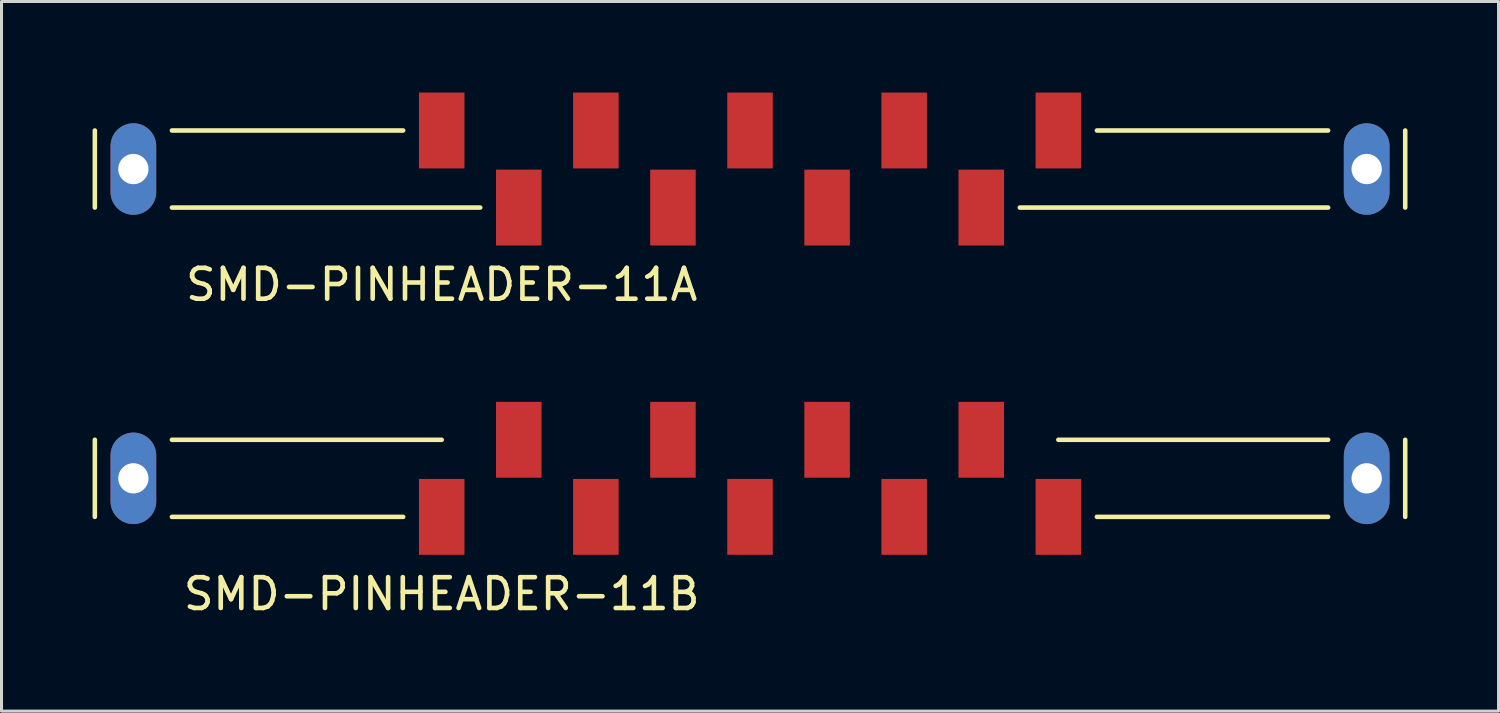
<source format=kicad_pcb>
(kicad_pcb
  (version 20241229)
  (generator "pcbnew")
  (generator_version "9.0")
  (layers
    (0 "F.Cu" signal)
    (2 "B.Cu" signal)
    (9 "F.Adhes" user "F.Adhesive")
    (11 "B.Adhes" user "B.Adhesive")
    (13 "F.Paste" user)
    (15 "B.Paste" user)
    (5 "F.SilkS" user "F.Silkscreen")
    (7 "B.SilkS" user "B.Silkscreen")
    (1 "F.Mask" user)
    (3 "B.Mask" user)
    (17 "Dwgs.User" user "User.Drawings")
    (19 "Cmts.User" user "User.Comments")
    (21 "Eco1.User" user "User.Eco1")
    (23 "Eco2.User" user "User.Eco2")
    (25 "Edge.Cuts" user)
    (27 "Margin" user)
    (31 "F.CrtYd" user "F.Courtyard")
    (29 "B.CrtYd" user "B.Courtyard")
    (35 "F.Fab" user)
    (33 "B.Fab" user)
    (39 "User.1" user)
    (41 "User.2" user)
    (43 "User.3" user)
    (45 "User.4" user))
  (footprint "SMD-PINHEADER-11A"
    (layer "F.Cu")
    (at 1.345 2.52)
    (property "Reference" "SMD-PINHEADER-11A" (at 10.16 3.81 0) (layer "F.SilkS") (effects (font (size 1.016 1.016) (thickness 0.152))))
    (attr exclude_from_pos_files exclude_from_bom)
    (fp_line (start -1.27 -1.27) (end -1.27 1.27) (stroke (width 0.15) (type solid)) (layer "F.SilkS"))
    (fp_line (start 1.27 -1.27) (end 8.89 -1.27) (stroke (width 0.15) (type solid)) (layer "F.SilkS"))
    (fp_line (start 11.43 1.27) (end 1.27 1.27) (stroke (width 0.15) (type solid)) (layer "F.SilkS"))
    (fp_line (start 31.75 -1.27) (end 39.37 -1.27) (stroke (width 0.15) (type solid)) (layer "F.SilkS"))
    (fp_line (start 39.37 1.27) (end 29.21 1.27) (stroke (width 0.15) (type solid)) (layer "F.SilkS"))
    (fp_line (start 41.91 -1.27) (end 41.91 1.27) (stroke (width 0.15) (type solid)) (layer "F.SilkS"))
    (pad "1" thru_hole oval (at 0 0) (size 1.506 3.015) (drill 0.998) (layers "*.Cu" "*.Mask"))
    (pad "2" smd rect (at 10.16 -1.27) (size 1.5 2.5) (layers "F.Cu" "F.Mask" "F.Paste"))
    (pad "3" smd rect (at 12.7 1.27) (size 1.5 2.5) (layers "F.Cu" "F.Mask" "F.Paste"))
    (pad "4" smd rect (at 15.24 -1.27) (size 1.5 2.5) (layers "F.Cu" "F.Mask" "F.Paste"))
    (pad "5" smd rect (at 17.78 1.27) (size 1.5 2.5) (layers "F.Cu" "F.Mask" "F.Paste"))
    (pad "6" smd rect (at 20.32 -1.27) (size 1.5 2.5) (layers "F.Cu" "F.Mask" "F.Paste"))
    (pad "7" smd rect (at 22.86 1.27) (size 1.5 2.5) (layers "F.Cu" "F.Mask" "F.Paste"))
    (pad "8" smd rect (at 25.4 -1.27) (size 1.5 2.5) (layers "F.Cu" "F.Mask" "F.Paste"))
    (pad "9" smd rect (at 27.94 1.27) (size 1.5 2.5) (layers "F.Cu" "F.Mask" "F.Paste"))
    (pad "10" smd rect (at 30.48 -1.27) (size 1.5 2.5) (layers "F.Cu" "F.Mask" "F.Paste"))
    (pad "11" thru_hole oval (at 40.64 0) (size 1.506 3.015) (drill 0.998) (layers "*.Cu" "*.Mask")))
  (footprint "SMD-PINHEADER-11B"
    (layer "F.Cu")
    (at 1.345 12.712)
    (property "Reference" "SMD-PINHEADER-11B" (at 10.16 3.81 0) (layer "F.SilkS") (effects (font (size 1.016 1.016) (thickness 0.152))))
    (attr exclude_from_pos_files exclude_from_bom)
    (fp_line (start -1.27 -1.27) (end -1.27 1.27) (stroke (width 0.15) (type solid)) (layer "F.SilkS"))
    (fp_line (start 1.27 -1.27) (end 10.16 -1.27) (stroke (width 0.15) (type solid)) (layer "F.SilkS"))
    (fp_line (start 8.89 1.27) (end 1.27 1.27) (stroke (width 0.15) (type solid)) (layer "F.SilkS"))
    (fp_line (start 30.48 -1.27) (end 39.37 -1.27) (stroke (width 0.15) (type solid)) (layer "F.SilkS"))
    (fp_line (start 39.37 1.27) (end 31.75 1.27) (stroke (width 0.15) (type solid)) (layer "F.SilkS"))
    (fp_line (start 41.91 -1.27) (end 41.91 1.27) (stroke (width 0.15) (type solid)) (layer "F.SilkS"))
    (pad "1" thru_hole oval (at 0 0) (size 1.506 3.015) (drill 0.998) (layers "*.Cu" "*.Mask"))
    (pad "2" smd rect (at 10.16 1.27) (size 1.5 2.5) (layers "F.Cu" "F.Mask" "F.Paste"))
    (pad "3" smd rect (at 12.7 -1.27) (size 1.5 2.5) (layers "F.Cu" "F.Mask" "F.Paste"))
    (pad "4" smd rect (at 15.24 1.27) (size 1.5 2.5) (layers "F.Cu" "F.Mask" "F.Paste"))
    (pad "5" smd rect (at 17.78 -1.27) (size 1.5 2.5) (layers "F.Cu" "F.Mask" "F.Paste"))
    (pad "6" smd rect (at 20.32 1.27) (size 1.5 2.5) (layers "F.Cu" "F.Mask" "F.Paste"))
    (pad "7" smd rect (at 22.86 -1.27) (size 1.5 2.5) (layers "F.Cu" "F.Mask" "F.Paste"))
    (pad "8" smd rect (at 25.4 1.27) (size 1.5 2.5) (layers "F.Cu" "F.Mask" "F.Paste"))
    (pad "9" smd rect (at 27.94 -1.27) (size 1.5 2.5) (layers "F.Cu" "F.Mask" "F.Paste"))
    (pad "10" smd rect (at 30.48 1.27) (size 1.5 2.5) (layers "F.Cu" "F.Mask" "F.Paste"))
    (pad "11" thru_hole oval (at 40.64 0) (size 1.506 3.015) (drill 0.998) (layers "*.Cu" "*.Mask")))
  (gr_rect
    (start -3 -3)
    (end 46.33 20.384)
    (stroke (width 0.1) (type default))
    (fill no)
    (layer "Edge.Cuts")))
</source>
